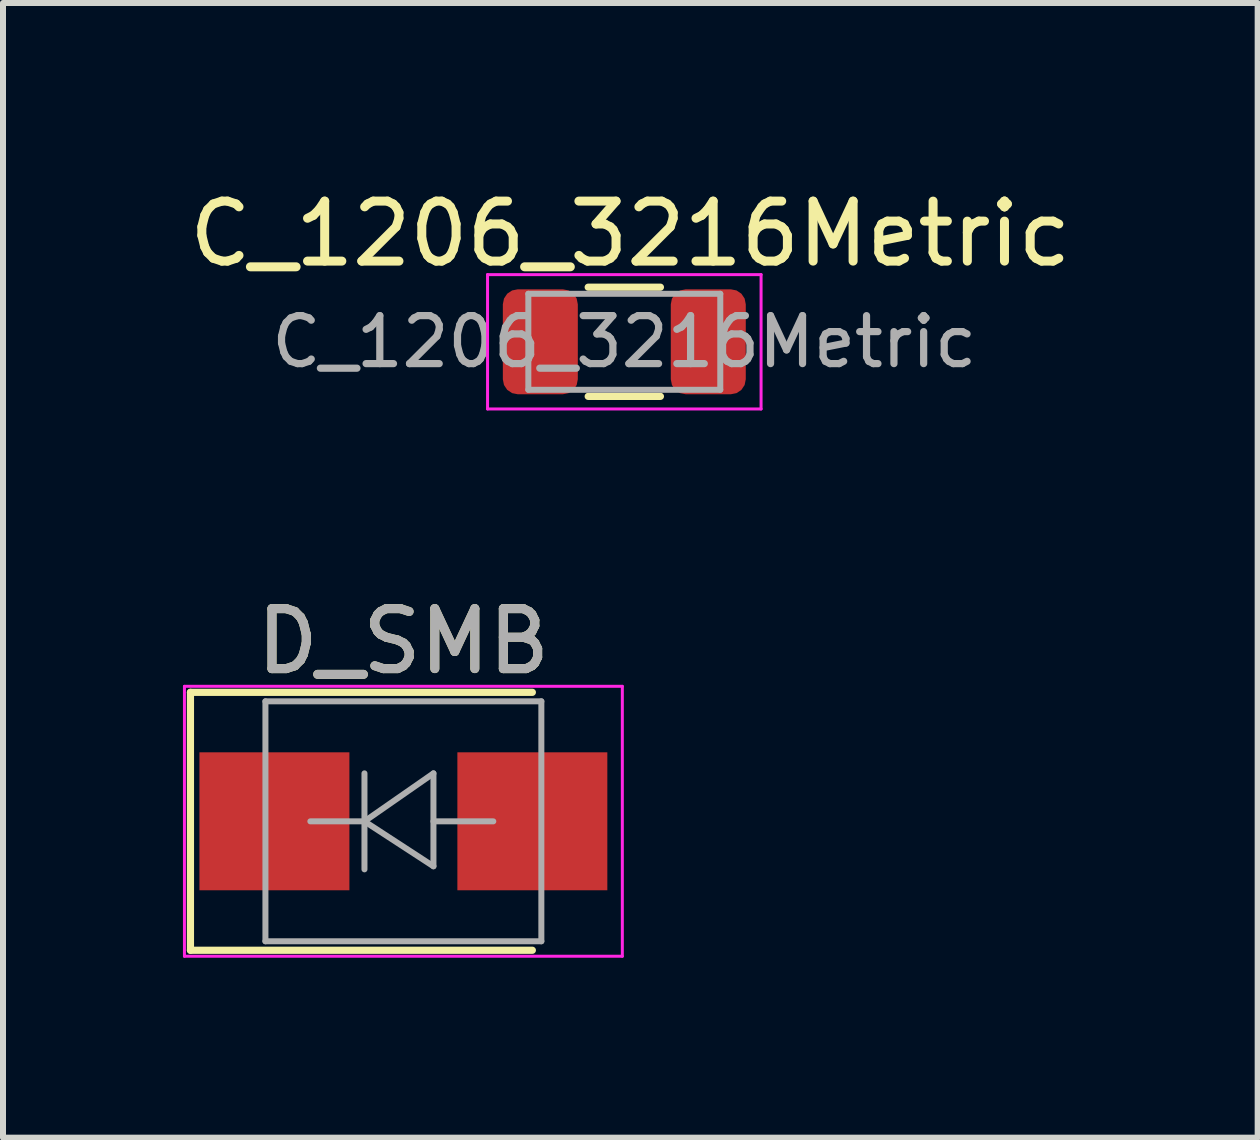
<source format=kicad_pcb>
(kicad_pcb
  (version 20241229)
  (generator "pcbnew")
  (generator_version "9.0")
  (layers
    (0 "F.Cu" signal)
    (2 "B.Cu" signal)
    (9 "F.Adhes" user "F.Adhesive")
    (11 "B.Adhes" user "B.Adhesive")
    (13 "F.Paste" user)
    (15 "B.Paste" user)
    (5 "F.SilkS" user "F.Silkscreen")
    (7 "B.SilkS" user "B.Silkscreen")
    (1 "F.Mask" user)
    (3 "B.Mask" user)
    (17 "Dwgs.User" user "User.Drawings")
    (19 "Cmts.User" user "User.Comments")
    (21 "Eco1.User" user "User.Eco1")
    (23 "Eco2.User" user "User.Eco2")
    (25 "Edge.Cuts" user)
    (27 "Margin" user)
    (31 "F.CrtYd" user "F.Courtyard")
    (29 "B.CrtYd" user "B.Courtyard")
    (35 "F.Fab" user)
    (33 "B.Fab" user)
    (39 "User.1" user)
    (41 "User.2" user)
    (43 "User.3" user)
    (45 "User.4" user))
  (footprint "D_SMB"
    (layer "F.Cu")
    (at 3.675 10.642)
    (property "Reference" "D_SMB" (at 0 -3 0) (layer "F.SilkS") (effects (font (size 1 1) (thickness 0.15))))
    (attr smd)
    (fp_line (start -3.55 -2.15) (end -3.55 2.15) (stroke (width 0.12) (type solid)) (layer "F.SilkS"))
    (fp_line (start -3.55 -2.15) (end 2.15 -2.15) (stroke (width 0.12) (type solid)) (layer "F.SilkS"))
    (fp_line (start -3.55 2.15) (end 2.15 2.15) (stroke (width 0.12) (type solid)) (layer "F.SilkS"))
    (fp_line (start -3.65 -2.25) (end 3.65 -2.25) (stroke (width 0.05) (type solid)) (layer "F.CrtYd"))
    (fp_line (start -3.65 2.25) (end -3.65 -2.25) (stroke (width 0.05) (type solid)) (layer "F.CrtYd"))
    (fp_line (start 3.65 -2.25) (end 3.65 2.25) (stroke (width 0.05) (type solid)) (layer "F.CrtYd"))
    (fp_line (start 3.65 2.25) (end -3.65 2.25) (stroke (width 0.05) (type solid)) (layer "F.CrtYd"))
    (fp_line (start -2.3 2) (end -2.3 -2) (stroke (width 0.1) (type solid)) (layer "F.Fab"))
    (fp_line (start -0.649 -0.799) (end -0.649 0.801) (stroke (width 0.1) (type solid)) (layer "F.Fab"))
    (fp_line (start -0.649 0.001) (end -1.551 0.001) (stroke (width 0.1) (type solid)) (layer "F.Fab"))
    (fp_line (start -0.649 0.001) (end 0.501 -0.799) (stroke (width 0.1) (type solid)) (layer "F.Fab"))
    (fp_line (start -0.649 0.001) (end 0.501 0.75) (stroke (width 0.1) (type solid)) (layer "F.Fab"))
    (fp_line (start 0.501 0.001) (end 1.499 0.001) (stroke (width 0.1) (type solid)) (layer "F.Fab"))
    (fp_line (start 0.501 0.75) (end 0.501 -0.799) (stroke (width 0.1) (type solid)) (layer "F.Fab"))
    (fp_line (start 2.3 -2) (end -2.3 -2) (stroke (width 0.1) (type solid)) (layer "F.Fab"))
    (fp_line (start 2.3 -2) (end 2.3 2) (stroke (width 0.1) (type solid)) (layer "F.Fab"))
    (fp_line (start 2.3 2) (end -2.3 2) (stroke (width 0.1) (type solid)) (layer "F.Fab"))
    (fp_text user "${REFERENCE}" (at 0 -3 0) (layer "F.Fab") (effects (font (size 1 1) (thickness 0.15))))
    (pad "1" smd rect (at -2.15 0) (size 2.5 2.3) (layers "F.Cu" "F.Mask" "F.Paste"))
    (pad "2" smd rect (at 2.15 0) (size 2.5 2.3) (layers "F.Cu" "F.Mask" "F.Paste")))
  (footprint "C_1206_3216Metric"
    (layer "F.Cu")
    (at 7.358 2.648)
    (property "Reference" "C_1206_3216Metric" (at 0.1 -1.8 0) (layer "F.SilkS") (effects (font (size 1 1) (thickness 0.15))))
    (attr smd)
    (fp_line (start -0.602 -0.91) (end 0.602 -0.91) (stroke (width 0.12) (type solid)) (layer "F.SilkS"))
    (fp_line (start -0.602 0.91) (end 0.602 0.91) (stroke (width 0.12) (type solid)) (layer "F.SilkS"))
    (fp_line (start -2.28 -1.12) (end 2.28 -1.12) (stroke (width 0.05) (type solid)) (layer "F.CrtYd"))
    (fp_line (start -2.28 1.12) (end -2.28 -1.12) (stroke (width 0.05) (type solid)) (layer "F.CrtYd"))
    (fp_line (start 2.28 -1.12) (end 2.28 1.12) (stroke (width 0.05) (type solid)) (layer "F.CrtYd"))
    (fp_line (start 2.28 1.12) (end -2.28 1.12) (stroke (width 0.05) (type solid)) (layer "F.CrtYd"))
    (fp_line (start -1.6 -0.8) (end 1.6 -0.8) (stroke (width 0.1) (type solid)) (layer "F.Fab"))
    (fp_line (start -1.6 0.8) (end -1.6 -0.8) (stroke (width 0.1) (type solid)) (layer "F.Fab"))
    (fp_line (start 1.6 -0.8) (end 1.6 0.8) (stroke (width 0.1) (type solid)) (layer "F.Fab"))
    (fp_line (start 1.6 0.8) (end -1.6 0.8) (stroke (width 0.1) (type solid)) (layer "F.Fab"))
    (fp_text user "${REFERENCE}" (at 0 0 0) (layer "F.Fab") (effects (font (size 0.8 0.8) (thickness 0.12))))
    (pad "1" smd roundrect (at -1.4 0) (size 1.25 1.75) (layers "F.Cu" "F.Mask" "F.Paste") (roundrect_rratio 0.2))
    (pad "2" smd roundrect (at 1.4 0) (size 1.25 1.75) (layers "F.Cu" "F.Mask" "F.Paste") (roundrect_rratio 0.2)))
  (gr_rect
    (start -3 -3)
    (end 17.917 15.916)
    (stroke (width 0.1) (type default))
    (fill no)
    (layer "Edge.Cuts")))
</source>
